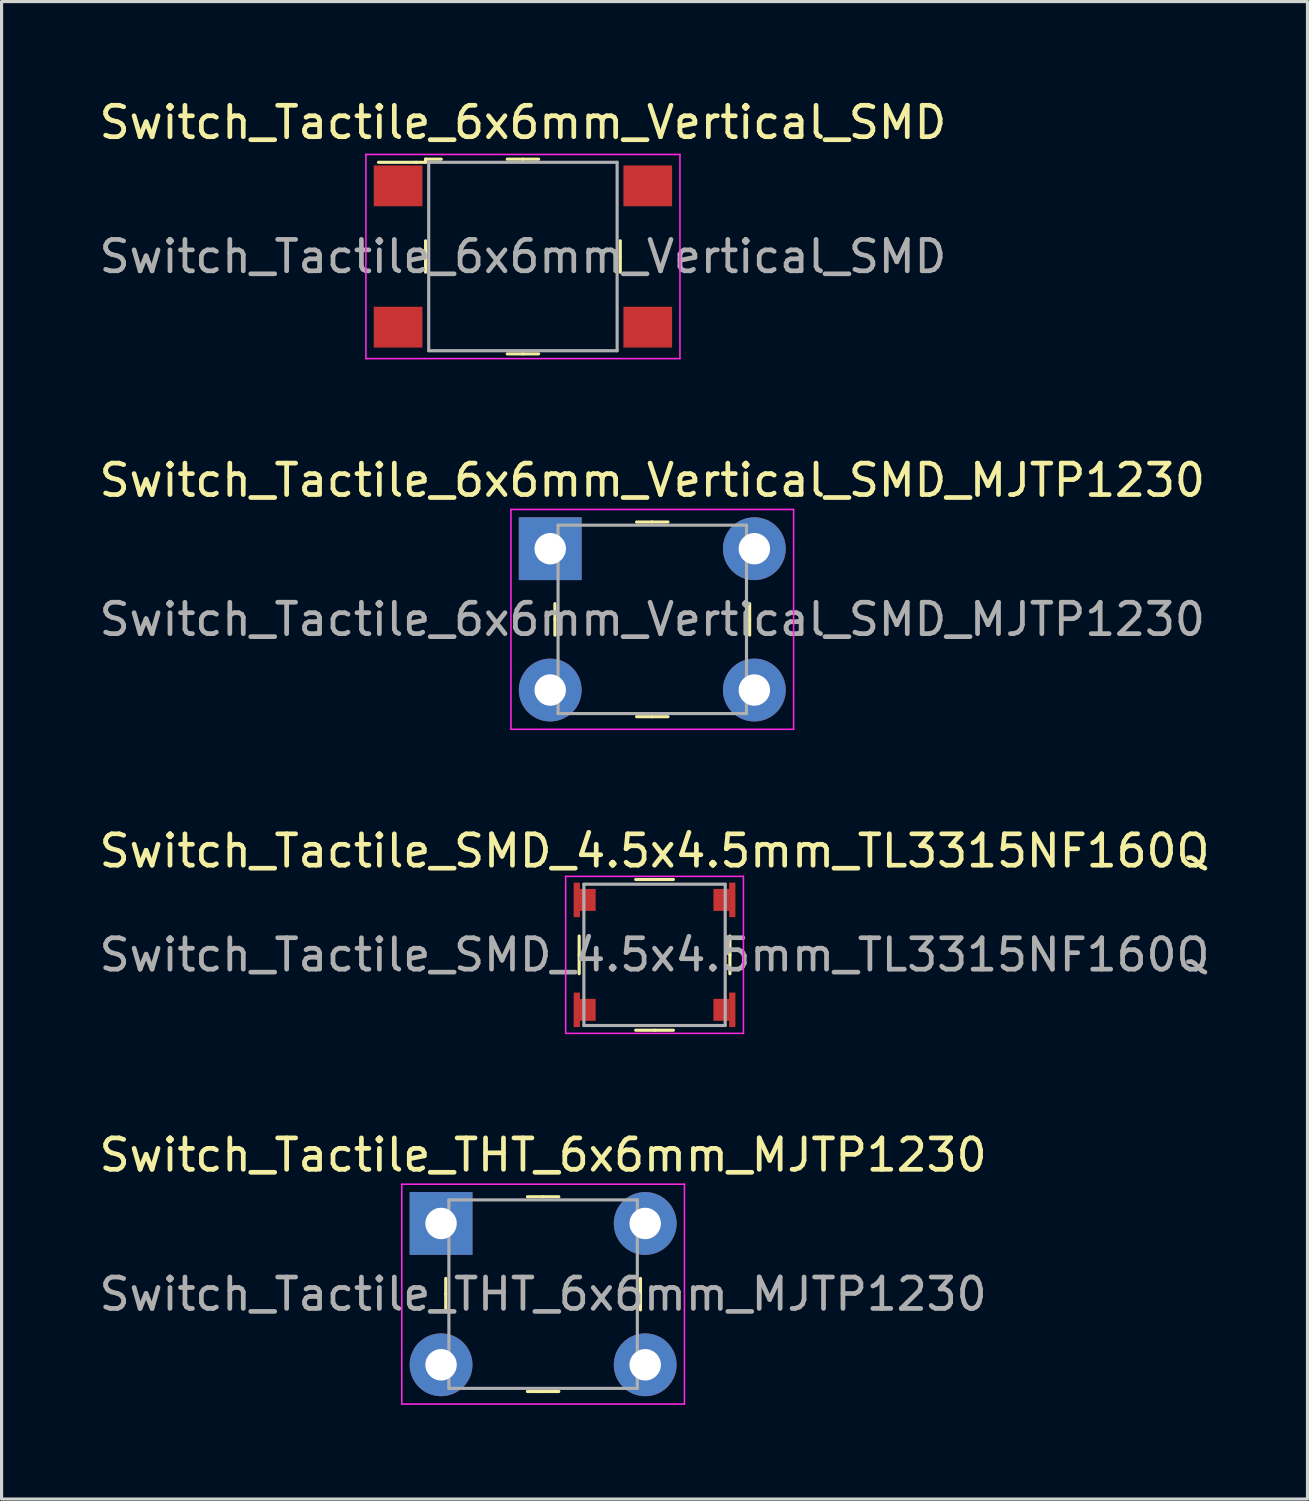
<source format=kicad_pcb>
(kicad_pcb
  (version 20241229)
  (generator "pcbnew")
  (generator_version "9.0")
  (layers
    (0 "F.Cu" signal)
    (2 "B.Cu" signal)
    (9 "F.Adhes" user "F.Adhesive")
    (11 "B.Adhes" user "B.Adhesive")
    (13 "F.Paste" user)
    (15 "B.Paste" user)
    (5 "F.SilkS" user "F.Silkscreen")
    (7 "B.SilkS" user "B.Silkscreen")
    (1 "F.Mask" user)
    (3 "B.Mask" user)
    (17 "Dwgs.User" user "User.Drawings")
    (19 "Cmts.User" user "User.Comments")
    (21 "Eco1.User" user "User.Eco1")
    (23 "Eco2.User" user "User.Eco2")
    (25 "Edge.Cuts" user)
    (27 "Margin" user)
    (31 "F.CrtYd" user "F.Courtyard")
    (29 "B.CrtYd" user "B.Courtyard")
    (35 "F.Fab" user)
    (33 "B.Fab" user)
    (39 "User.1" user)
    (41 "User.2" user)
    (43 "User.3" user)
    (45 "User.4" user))
  (footprint "Switch_Tactile_6x6mm_Vertical_SMD"
    (layer "F.Cu")
    (at 13.601 5.118)
    (property "Reference" "Switch_Tactile_6x6mm_Vertical_SMD" (at 0 -4.27 0) (layer "F.SilkS") (effects (font (size 1 1) (thickness 0.15))))
    (attr through_hole)
    (fp_line (start -3.4 -3) (end -4.6 -3) (stroke (width 0.1) (type solid)) (layer "F.SilkS"))
    (fp_line (start -3.1 -3.1) (end -3.1 -3) (stroke (width 0.1) (type solid)) (layer "F.SilkS"))
    (fp_line (start -3.1 -3) (end -3.4 -3) (stroke (width 0.1) (type solid)) (layer "F.SilkS"))
    (fp_line (start -3.1 0) (end -3.1 -0.5) (stroke (width 0.1) (type solid)) (layer "F.SilkS"))
    (fp_line (start -3.1 0) (end -3.1 0.5) (stroke (width 0.1) (type solid)) (layer "F.SilkS"))
    (fp_line (start -2.6 -3.1) (end -3.1 -3.1) (stroke (width 0.1) (type solid)) (layer "F.SilkS"))
    (fp_line (start 0 -3.1) (end -0.5 -3.1) (stroke (width 0.1) (type solid)) (layer "F.SilkS"))
    (fp_line (start 0 -3.1) (end 0.5 -3.1) (stroke (width 0.1) (type solid)) (layer "F.SilkS"))
    (fp_line (start 0 3.1) (end -0.5 3.1) (stroke (width 0.1) (type solid)) (layer "F.SilkS"))
    (fp_line (start 0 3.1) (end 0.5 3.1) (stroke (width 0.1) (type solid)) (layer "F.SilkS"))
    (fp_line (start 3.1 0) (end 3.1 -0.5) (stroke (width 0.1) (type solid)) (layer "F.SilkS"))
    (fp_line (start 3.1 0) (end 3.1 0.5) (stroke (width 0.1) (type solid)) (layer "F.SilkS"))
    (fp_line (start -5 -3.25) (end -5 3.25) (stroke (width 0.05) (type solid)) (layer "F.CrtYd"))
    (fp_line (start 5 -3.25) (end -5 -3.25) (stroke (width 0.05) (type solid)) (layer "F.CrtYd"))
    (fp_line (start 5 -3.25) (end 5 3.25) (stroke (width 0.05) (type solid)) (layer "F.CrtYd"))
    (fp_line (start 5 3.25) (end -5 3.25) (stroke (width 0.05) (type solid)) (layer "F.CrtYd"))
    (fp_line (start -3 -3) (end -3 3) (stroke (width 0.1) (type solid)) (layer "F.Fab"))
    (fp_line (start -3 -3) (end 3 -3) (stroke (width 0.1) (type solid)) (layer "F.Fab"))
    (fp_line (start -3 3) (end 3 3) (stroke (width 0.1) (type solid)) (layer "F.Fab"))
    (fp_line (start 3 3) (end 3 -3) (stroke (width 0.1) (type solid)) (layer "F.Fab"))
    (fp_text user "${REFERENCE}" (at 0 0 0) (layer "F.Fab") (effects (font (size 1 1) (thickness 0.15))))
    (pad "1" smd rect (at -3.975 -2.25) (size 1.55 1.3) (layers "F.Cu" "F.Mask" "F.Paste"))
    (pad "2" smd rect (at 3.975 -2.25) (size 1.55 1.3) (layers "F.Cu" "F.Mask" "F.Paste"))
    (pad "3" smd rect (at -3.975 2.25) (size 1.55 1.3) (layers "F.Cu" "F.Mask" "F.Paste"))
    (pad "4" smd rect (at 3.975 2.25) (size 1.55 1.3) (layers "F.Cu" "F.Mask" "F.Paste")))
  (footprint "Switch_Tactile_SMD_4.5x4.5mm_TL3315NF160Q"
    (layer "F.Cu")
    (at 17.792 27.355)
    (property "Reference" "Switch_Tactile_SMD_4.5x4.5mm_TL3315NF160Q" (at 0 -3.31 0) (layer "F.SilkS") (effects (font (size 1 1) (thickness 0.15))))
    (attr smd)
    (fp_line (start -2.4 0) (end -2.4 -0.6) (stroke (width 0.1) (type solid)) (layer "F.SilkS"))
    (fp_line (start -2.4 0) (end -2.4 0.6) (stroke (width 0.1) (type solid)) (layer "F.SilkS"))
    (fp_line (start 0 -2.4) (end -0.6 -2.4) (stroke (width 0.1) (type solid)) (layer "F.SilkS"))
    (fp_line (start 0 -2.4) (end 0.6 -2.4) (stroke (width 0.1) (type solid)) (layer "F.SilkS"))
    (fp_line (start 0 2.4) (end -0.6 2.4) (stroke (width 0.1) (type solid)) (layer "F.SilkS"))
    (fp_line (start 0 2.4) (end 0.6 2.4) (stroke (width 0.1) (type solid)) (layer "F.SilkS"))
    (fp_line (start 2.4 0) (end 2.4 -0.6) (stroke (width 0.1) (type solid)) (layer "F.SilkS"))
    (fp_line (start 2.4 0) (end 2.4 0.6) (stroke (width 0.1) (type solid)) (layer "F.SilkS"))
    (fp_line (start -2.83 -2.5) (end -2.83 2.5) (stroke (width 0.05) (type solid)) (layer "F.CrtYd"))
    (fp_line (start -2.83 -2.5) (end 2.83 -2.5) (stroke (width 0.05) (type solid)) (layer "F.CrtYd"))
    (fp_line (start -2.83 2.5) (end 2.83 2.5) (stroke (width 0.05) (type solid)) (layer "F.CrtYd"))
    (fp_line (start 2.83 -2.5) (end 2.83 2.5) (stroke (width 0.05) (type solid)) (layer "F.CrtYd"))
    (fp_line (start -2.25 2.25) (end -2.25 -2.25) (stroke (width 0.1) (type solid)) (layer "F.Fab"))
    (fp_line (start -2.25 2.25) (end 2.25 2.25) (stroke (width 0.1) (type solid)) (layer "F.Fab"))
    (fp_line (start 2.25 -2.25) (end -2.25 -2.25) (stroke (width 0.1) (type solid)) (layer "F.Fab"))
    (fp_line (start 2.25 2.25) (end 2.25 -2.25) (stroke (width 0.1) (type solid)) (layer "F.Fab"))
    (fp_text user "${REFERENCE}" (at 0 0 0) (layer "F.Fab") (effects (font (size 1 1) (thickness 0.15))))
    (pad "1" smd rect (at -2.475 -1.75) (size 0.2 1.1) (layers "F.Cu" "F.Mask" "F.Paste"))
    (pad "1" smd rect (at -2.125 -1.75) (size 0.5 0.7) (layers "F.Cu" "F.Mask" "F.Paste"))
    (pad "2" smd rect (at 2.125 -1.75) (size 0.5 0.7) (layers "F.Cu" "F.Mask" "F.Paste"))
    (pad "2" smd rect (at 2.475 -1.75) (size 0.2 1.1) (layers "F.Cu" "F.Mask" "F.Paste"))
    (pad "3" smd rect (at -2.475 1.75) (size 0.2 1.1) (layers "F.Cu" "F.Mask" "F.Paste"))
    (pad "3" smd rect (at -2.125 1.75) (size 0.5 0.7) (layers "F.Cu" "F.Mask" "F.Paste"))
    (pad "4" smd rect (at 2.125 1.75) (size 0.5 0.7) (layers "F.Cu" "F.Mask" "F.Paste"))
    (pad "4" smd rect (at 2.475 1.75) (size 0.2 1.1) (layers "F.Cu" "F.Mask" "F.Paste")))
  (footprint "Switch_Tactile_THT_6x6mm_MJTP1230"
    (layer "F.Cu")
    (at 10.994 35.908)
    (property "Reference" "Switch_Tactile_THT_6x6mm_MJTP1230" (at 3.25 -2.18 0) (layer "F.SilkS") (effects (font (size 1 1) (thickness 0.15))))
    (attr through_hole)
    (fp_line (start 0.15 2.25) (end 0.15 1.75) (stroke (width 0.1) (type solid)) (layer "F.SilkS"))
    (fp_line (start 0.15 2.25) (end 0.15 2.75) (stroke (width 0.1) (type solid)) (layer "F.SilkS"))
    (fp_line (start 3.25 -0.85) (end 2.75 -0.85) (stroke (width 0.1) (type solid)) (layer "F.SilkS"))
    (fp_line (start 3.25 -0.85) (end 3.75 -0.85) (stroke (width 0.1) (type solid)) (layer "F.SilkS"))
    (fp_line (start 3.25 5.35) (end 2.75 5.35) (stroke (width 0.1) (type solid)) (layer "F.SilkS"))
    (fp_line (start 3.25 5.35) (end 3.75 5.35) (stroke (width 0.1) (type solid)) (layer "F.SilkS"))
    (fp_line (start 6.35 2.25) (end 6.35 1.75) (stroke (width 0.1) (type solid)) (layer "F.SilkS"))
    (fp_line (start 6.35 2.25) (end 6.35 2.75) (stroke (width 0.1) (type solid)) (layer "F.SilkS"))
    (fp_line (start -1.25 -1.25) (end -1.25 5.75) (stroke (width 0.05) (type solid)) (layer "F.CrtYd"))
    (fp_line (start 7.75 -1.25) (end -1.25 -1.25) (stroke (width 0.05) (type solid)) (layer "F.CrtYd"))
    (fp_line (start 7.75 -1.25) (end 7.75 5.75) (stroke (width 0.05) (type solid)) (layer "F.CrtYd"))
    (fp_line (start 7.75 5.75) (end -1.25 5.75) (stroke (width 0.05) (type solid)) (layer "F.CrtYd"))
    (fp_line (start 0.25 -0.75) (end 6.25 -0.75) (stroke (width 0.1) (type solid)) (layer "F.Fab"))
    (fp_line (start 0.25 5.25) (end 0.25 -0.75) (stroke (width 0.1) (type solid)) (layer "F.Fab"))
    (fp_line (start 0.25 5.25) (end 6.25 5.25) (stroke (width 0.1) (type solid)) (layer "F.Fab"))
    (fp_line (start 6.25 -0.75) (end 6.25 5.25) (stroke (width 0.1) (type solid)) (layer "F.Fab"))
    (fp_text user "${REFERENCE}" (at 3.25 2.25 0) (layer "F.Fab") (effects (font (size 1 1) (thickness 0.15))))
    (pad "1" thru_hole rect (at 0 0) (size 2 2) (drill 1) (layers "*.Cu" "*.Mask"))
    (pad "2" thru_hole circle (at 6.5 0) (size 2 2) (drill 1) (layers "*.Cu" "*.Mask"))
    (pad "3" thru_hole circle (at 0 4.5) (size 2 2) (drill 1) (layers "*.Cu" "*.Mask"))
    (pad "4" thru_hole circle (at 6.5 4.5) (size 2 2) (drill 1) (layers "*.Cu" "*.Mask")))
  (footprint "Switch_Tactile_6x6mm_Vertical_SMD_MJTP1230"
    (layer "F.Cu")
    (at 17.72 16.672)
    (property "Reference" "Switch_Tactile_6x6mm_Vertical_SMD_MJTP1230" (at 0 -4.43 0) (layer "F.SilkS") (effects (font (size 1 1) (thickness 0.15))))
    (attr through_hole)
    (fp_line (start -3.1 0) (end -3.1 -0.5) (stroke (width 0.1) (type solid)) (layer "F.SilkS"))
    (fp_line (start -3.1 0) (end -3.1 0.5) (stroke (width 0.1) (type solid)) (layer "F.SilkS"))
    (fp_line (start 0 -3.1) (end -0.5 -3.1) (stroke (width 0.1) (type solid)) (layer "F.SilkS"))
    (fp_line (start 0 -3.1) (end 0.5 -3.1) (stroke (width 0.1) (type solid)) (layer "F.SilkS"))
    (fp_line (start 0 3.1) (end -0.5 3.1) (stroke (width 0.1) (type solid)) (layer "F.SilkS"))
    (fp_line (start 0 3.1) (end 0.5 3.1) (stroke (width 0.1) (type solid)) (layer "F.SilkS"))
    (fp_line (start 3.1 0) (end 3.1 -0.5) (stroke (width 0.1) (type solid)) (layer "F.SilkS"))
    (fp_line (start 3.1 0) (end 3.1 0.5) (stroke (width 0.1) (type solid)) (layer "F.SilkS"))
    (fp_line (start -4.5 -3.5) (end -4.5 3.5) (stroke (width 0.05) (type solid)) (layer "F.CrtYd"))
    (fp_line (start 4.5 -3.5) (end -4.5 -3.5) (stroke (width 0.05) (type solid)) (layer "F.CrtYd"))
    (fp_line (start 4.5 -3.5) (end 4.5 3.5) (stroke (width 0.05) (type solid)) (layer "F.CrtYd"))
    (fp_line (start 4.5 3.5) (end -4.5 3.5) (stroke (width 0.05) (type solid)) (layer "F.CrtYd"))
    (fp_line (start -3 -3) (end 3 -3) (stroke (width 0.1) (type solid)) (layer "F.Fab"))
    (fp_line (start -3 3) (end -3 -3) (stroke (width 0.1) (type solid)) (layer "F.Fab"))
    (fp_line (start -3 3) (end 3 3) (stroke (width 0.1) (type solid)) (layer "F.Fab"))
    (fp_line (start 3 -3) (end 3 3) (stroke (width 0.1) (type solid)) (layer "F.Fab"))
    (fp_text user "${REFERENCE}" (at 0 0 0) (layer "F.Fab") (effects (font (size 1 1) (thickness 0.15))))
    (pad "1" thru_hole rect (at -3.25 -2.25) (size 2 2) (drill 1) (layers "*.Cu" "*.Mask"))
    (pad "2" thru_hole circle (at 3.25 -2.25) (size 2 2) (drill 1) (layers "*.Cu" "*.Mask"))
    (pad "3" thru_hole circle (at -3.25 2.25) (size 2 2) (drill 1) (layers "*.Cu" "*.Mask"))
    (pad "4" thru_hole circle (at 3.25 2.25) (size 2 2) (drill 1) (layers "*.Cu" "*.Mask")))
  (gr_rect
    (start -3 -3)
    (end 38.583 44.683)
    (stroke (width 0.1) (type default))
    (fill no)
    (layer "Edge.Cuts")))
</source>
